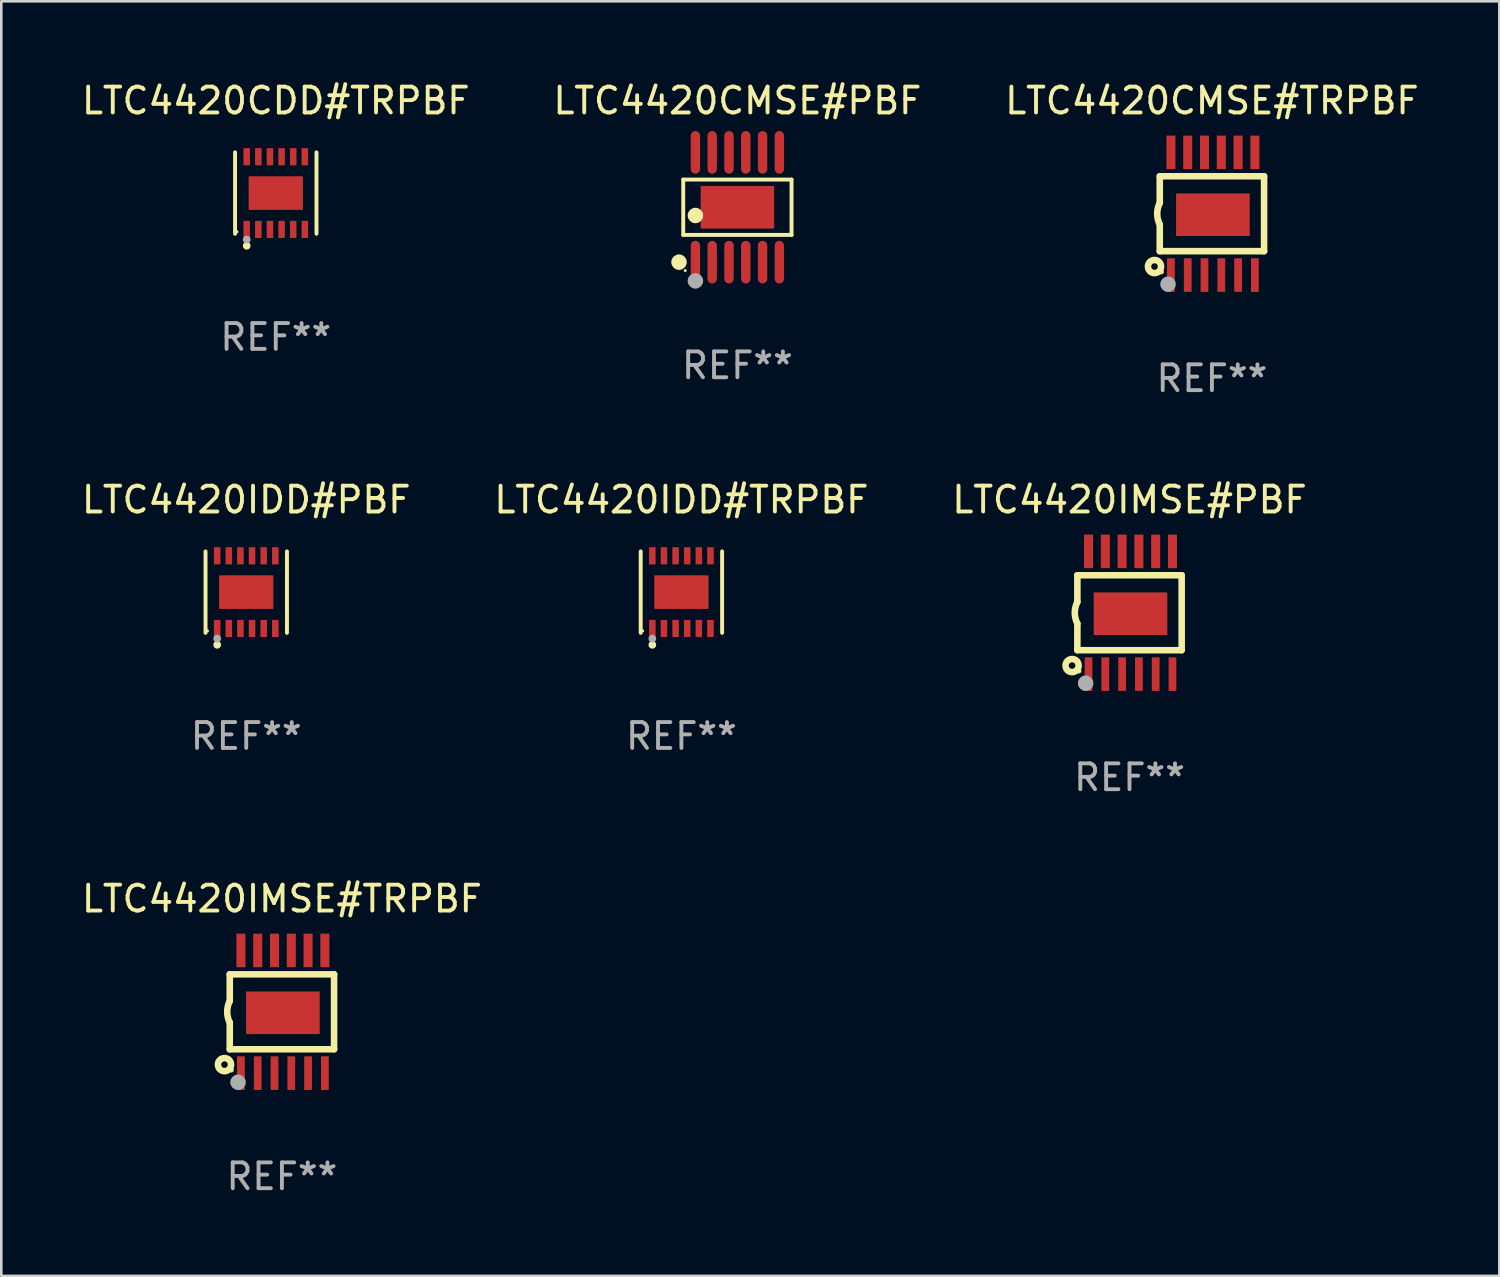
<source format=kicad_pcb>
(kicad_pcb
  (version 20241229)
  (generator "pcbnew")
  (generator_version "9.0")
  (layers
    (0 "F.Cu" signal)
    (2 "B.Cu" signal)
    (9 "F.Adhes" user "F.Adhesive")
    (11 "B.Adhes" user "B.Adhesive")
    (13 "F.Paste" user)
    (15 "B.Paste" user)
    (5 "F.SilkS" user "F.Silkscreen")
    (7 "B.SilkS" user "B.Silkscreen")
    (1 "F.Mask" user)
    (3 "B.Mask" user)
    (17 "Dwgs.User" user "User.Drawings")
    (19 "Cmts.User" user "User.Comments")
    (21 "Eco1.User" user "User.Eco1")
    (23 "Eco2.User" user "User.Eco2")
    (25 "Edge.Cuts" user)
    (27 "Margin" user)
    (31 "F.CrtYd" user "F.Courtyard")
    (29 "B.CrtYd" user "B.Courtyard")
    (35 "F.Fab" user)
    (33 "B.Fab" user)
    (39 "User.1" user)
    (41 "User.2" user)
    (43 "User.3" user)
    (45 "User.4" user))
  (footprint "LTC4420CMSE#TRPBF"
    (layer "F.Cu")
    (at 43.863 5.223)
    (property "Reference" "LTC4420CMSE#TRPBF" (at 0 -4.375 0) (layer "F.SilkS") (effects (font (size 1 1) (thickness 0.15))))
    (attr through_hole)
    (fp_line (start -2.019 -1.45) (end -2.019 -0.419) (stroke (width 0.254) (type solid)) (layer "F.SilkS"))
    (fp_line (start -2.019 1.45) (end -2.019 0.419) (stroke (width 0.254) (type solid)) (layer "F.SilkS"))
    (fp_line (start -2.019 1.45) (end 2.019 1.45) (stroke (width 0.254) (type solid)) (layer "F.SilkS"))
    (fp_line (start 2.019 -1.45) (end -2.019 -1.45) (stroke (width 0.254) (type solid)) (layer "F.SilkS"))
    (fp_line (start 2.019 -1.45) (end 2.019 1.45) (stroke (width 0.254) (type solid)) (layer "F.SilkS"))
    (fp_arc (start -2.019304 0.419101) (mid -2.11824 0) (end -2.019304 -0.419101) (stroke (width 0.254001) (type solid)) (layer "F.SilkS"))
    (fp_circle (center -2.223 2.045) (end -1.969 2.045) (stroke (width 0.254) (type solid)) (fill no) (layer "F.SilkS"))
    (fp_circle (center -1.962 2.25) (end -1.912 2.25) (stroke (width 0.1) (type solid)) (fill no) (layer "F.SilkS"))
    (fp_circle (center -1.699 2.728) (end -1.549 2.728) (stroke (width 0.3) (type solid)) (fill no) (layer "F.Fab"))
    (fp_text user "REF**" (at 0 6.375 0) (layer "F.Fab") (effects (font (size 1 1) (thickness 0.15))))
    (pad "1" smd rect (at -1.587 2.375) (size 0.3 1.3) (layers "F.Cu" "F.Mask" "F.Paste"))
    (pad "2" smd rect (at -0.937 2.375) (size 0.3 1.3) (layers "F.Cu" "F.Mask" "F.Paste"))
    (pad "3" smd rect (at -0.287 2.375) (size 0.3 1.3) (layers "F.Cu" "F.Mask" "F.Paste"))
    (pad "4" smd rect (at 0.363 2.375) (size 0.3 1.3) (layers "F.Cu" "F.Mask" "F.Paste"))
    (pad "5" smd rect (at 1.013 2.375) (size 0.3 1.3) (layers "F.Cu" "F.Mask" "F.Paste"))
    (pad "6" smd rect (at 1.663 2.375) (size 0.3 1.3) (layers "F.Cu" "F.Mask" "F.Paste"))
    (pad "7" smd rect (at 1.663 -2.375) (size 0.35 1.3) (layers "F.Cu" "F.Mask" "F.Paste"))
    (pad "8" smd rect (at 1.013 -2.375) (size 0.35 1.3) (layers "F.Cu" "F.Mask" "F.Paste"))
    (pad "9" smd rect (at 0.363 -2.375) (size 0.35 1.3) (layers "F.Cu" "F.Mask" "F.Paste"))
    (pad "10" smd rect (at -0.287 -2.375) (size 0.35 1.3) (layers "F.Cu" "F.Mask" "F.Paste"))
    (pad "11" smd rect (at -0.937 -2.375) (size 0.35 1.3) (layers "F.Cu" "F.Mask" "F.Paste"))
    (pad "12" smd rect (at -1.587 -2.375) (size 0.35 1.3) (layers "F.Cu" "F.Mask" "F.Paste"))
    (pad "13" smd rect (at 0.038 0.038) (size 2.85 1.65) (layers "F.Cu" "F.Mask" "F.Paste")))
  (footprint "LTC4420IMSE#TRPBF"
    (layer "F.Cu")
    (at 7.863 36.116)
    (property "Reference" "LTC4420IMSE#TRPBF" (at 0 -4.375 0) (layer "F.SilkS") (effects (font (size 1 1) (thickness 0.15))))
    (attr through_hole)
    (fp_line (start -2.019 -1.45) (end -2.019 -0.419) (stroke (width 0.254) (type solid)) (layer "F.SilkS"))
    (fp_line (start -2.019 1.45) (end -2.019 0.419) (stroke (width 0.254) (type solid)) (layer "F.SilkS"))
    (fp_line (start -2.019 1.45) (end 2.019 1.45) (stroke (width 0.254) (type solid)) (layer "F.SilkS"))
    (fp_line (start 2.019 -1.45) (end -2.019 -1.45) (stroke (width 0.254) (type solid)) (layer "F.SilkS"))
    (fp_line (start 2.019 -1.45) (end 2.019 1.45) (stroke (width 0.254) (type solid)) (layer "F.SilkS"))
    (fp_arc (start -2.019304 0.419101) (mid -2.11824 0) (end -2.019304 -0.419101) (stroke (width 0.254001) (type solid)) (layer "F.SilkS"))
    (fp_circle (center -2.223 2.045) (end -1.969 2.045) (stroke (width 0.254) (type solid)) (fill no) (layer "F.SilkS"))
    (fp_circle (center -1.962 2.25) (end -1.912 2.25) (stroke (width 0.1) (type solid)) (fill no) (layer "F.SilkS"))
    (fp_circle (center -1.699 2.728) (end -1.549 2.728) (stroke (width 0.3) (type solid)) (fill no) (layer "F.Fab"))
    (fp_text user "REF**" (at 0 6.375 0) (layer "F.Fab") (effects (font (size 1 1) (thickness 0.15))))
    (pad "1" smd rect (at -1.587 2.375) (size 0.3 1.3) (layers "F.Cu" "F.Mask" "F.Paste"))
    (pad "2" smd rect (at -0.937 2.375) (size 0.3 1.3) (layers "F.Cu" "F.Mask" "F.Paste"))
    (pad "3" smd rect (at -0.287 2.375) (size 0.3 1.3) (layers "F.Cu" "F.Mask" "F.Paste"))
    (pad "4" smd rect (at 0.363 2.375) (size 0.3 1.3) (layers "F.Cu" "F.Mask" "F.Paste"))
    (pad "5" smd rect (at 1.013 2.375) (size 0.3 1.3) (layers "F.Cu" "F.Mask" "F.Paste"))
    (pad "6" smd rect (at 1.663 2.375) (size 0.3 1.3) (layers "F.Cu" "F.Mask" "F.Paste"))
    (pad "7" smd rect (at 1.663 -2.375) (size 0.35 1.3) (layers "F.Cu" "F.Mask" "F.Paste"))
    (pad "8" smd rect (at 1.013 -2.375) (size 0.35 1.3) (layers "F.Cu" "F.Mask" "F.Paste"))
    (pad "9" smd rect (at 0.363 -2.375) (size 0.35 1.3) (layers "F.Cu" "F.Mask" "F.Paste"))
    (pad "10" smd rect (at -0.287 -2.375) (size 0.35 1.3) (layers "F.Cu" "F.Mask" "F.Paste"))
    (pad "11" smd rect (at -0.937 -2.375) (size 0.35 1.3) (layers "F.Cu" "F.Mask" "F.Paste"))
    (pad "12" smd rect (at -1.587 -2.375) (size 0.35 1.3) (layers "F.Cu" "F.Mask" "F.Paste"))
    (pad "13" smd rect (at 0.038 0.038) (size 2.85 1.65) (layers "F.Cu" "F.Mask" "F.Paste")))
  (footprint "LTC4420CMSE#PBF"
    (layer "F.Cu")
    (at 25.494 4.973)
    (property "Reference" "LTC4420CMSE#PBF" (at 0 -4.125 0) (layer "F.SilkS") (effects (font (size 1 1) (thickness 0.15))))
    (attr through_hole)
    (fp_line (start -2.096 -1.071) (end 2.096 -1.071) (stroke (width 0.152) (type solid)) (layer "F.SilkS"))
    (fp_line (start -2.096 1.071) (end -2.096 -1.071) (stroke (width 0.152) (type solid)) (layer "F.SilkS"))
    (fp_line (start 2.096 -1.071) (end 2.096 1.071) (stroke (width 0.152) (type solid)) (layer "F.SilkS"))
    (fp_line (start 2.096 1.071) (end -2.096 1.071) (stroke (width 0.152) (type solid)) (layer "F.SilkS"))
    (fp_circle (center -2.259 2.125) (end -2.109 2.125) (stroke (width 0.3) (type solid)) (fill no) (layer "F.SilkS"))
    (fp_circle (center -2.02 2.45) (end -1.99 2.45) (stroke (width 0.06) (type solid)) (fill no) (layer "F.SilkS"))
    (fp_circle (center -1.625 0.319) (end -1.475 0.319) (stroke (width 0.3) (type solid)) (fill no) (layer "F.SilkS"))
    (fp_circle (center -1.625 2.85) (end -1.475 2.85) (stroke (width 0.3) (type solid)) (fill no) (layer "F.Fab"))
    (fp_text user "REF**" (at 0 6.125 0) (layer "F.Fab") (effects (font (size 1 1) (thickness 0.15))))
    (pad "1" smd oval (at -1.625 2.125) (size 0.364 1.65) (layers "F.Cu" "F.Mask" "F.Paste"))
    (pad "2" smd oval (at -0.975 2.125) (size 0.364 1.65) (layers "F.Cu" "F.Mask" "F.Paste"))
    (pad "3" smd oval (at -0.325 2.125) (size 0.364 1.65) (layers "F.Cu" "F.Mask" "F.Paste"))
    (pad "4" smd oval (at 0.325 2.125) (size 0.364 1.65) (layers "F.Cu" "F.Mask" "F.Paste"))
    (pad "5" smd oval (at 0.975 2.125) (size 0.364 1.65) (layers "F.Cu" "F.Mask" "F.Paste"))
    (pad "6" smd oval (at 1.625 2.125) (size 0.364 1.65) (layers "F.Cu" "F.Mask" "F.Paste"))
    (pad "7" smd oval (at 1.625 -2.125) (size 0.364 1.65) (layers "F.Cu" "F.Mask" "F.Paste"))
    (pad "8" smd oval (at 0.975 -2.125) (size 0.364 1.65) (layers "F.Cu" "F.Mask" "F.Paste"))
    (pad "9" smd oval (at 0.325 -2.125) (size 0.364 1.65) (layers "F.Cu" "F.Mask" "F.Paste"))
    (pad "10" smd oval (at -0.325 -2.125) (size 0.364 1.65) (layers "F.Cu" "F.Mask" "F.Paste"))
    (pad "11" smd oval (at -0.975 -2.125) (size 0.364 1.65) (layers "F.Cu" "F.Mask" "F.Paste"))
    (pad "12" smd oval (at -1.625 -2.125) (size 0.364 1.65) (layers "F.Cu" "F.Mask" "F.Paste"))
    (pad "13" smd rect (at 0 0) (size 2.845 1.651) (layers "F.Cu" "F.Mask" "F.Paste")))
  (footprint "LTC4420IDD#TRPBF"
    (layer "F.Cu")
    (at 23.327 19.871)
    (property "Reference" "LTC4420IDD#TRPBF" (at 0 -3.576 0) (layer "F.SilkS") (effects (font (size 1 1) (thickness 0.15))))
    (attr through_hole)
    (fp_line (start -1.576 1.576) (end -1.576 -1.576) (stroke (width 0.152) (type solid)) (layer "F.SilkS"))
    (fp_line (start 1.576 1.576) (end 1.576 -1.576) (stroke (width 0.152) (type solid)) (layer "F.SilkS"))
    (fp_circle (center -1.5 1.5) (end -1.47 1.5) (stroke (width 0.06) (type solid)) (fill no) (layer "F.SilkS"))
    (fp_circle (center -1.125 2.04) (end -1.05 2.04) (stroke (width 0.15) (type solid)) (fill no) (layer "F.SilkS"))
    (fp_circle (center -1.125 1.8) (end -1.05 1.8) (stroke (width 0.15) (type solid)) (fill no) (layer "F.Fab"))
    (fp_text user "REF**" (at 0 5.576 0) (layer "F.Fab") (effects (font (size 1 1) (thickness 0.15))))
    (pad "1" smd rect (at -1.125 1.407) (size 0.252 0.665) (layers "F.Cu" "F.Mask" "F.Paste"))
    (pad "2" smd rect (at -0.675 1.407) (size 0.252 0.665) (layers "F.Cu" "F.Mask" "F.Paste"))
    (pad "3" smd rect (at -0.225 1.407) (size 0.252 0.665) (layers "F.Cu" "F.Mask" "F.Paste"))
    (pad "4" smd rect (at 0.225 1.407) (size 0.252 0.665) (layers "F.Cu" "F.Mask" "F.Paste"))
    (pad "5" smd rect (at 0.675 1.407) (size 0.252 0.665) (layers "F.Cu" "F.Mask" "F.Paste"))
    (pad "6" smd rect (at 1.125 1.407) (size 0.252 0.665) (layers "F.Cu" "F.Mask" "F.Paste"))
    (pad "7" smd rect (at 1.125 -1.407) (size 0.252 0.665) (layers "F.Cu" "F.Mask" "F.Paste"))
    (pad "8" smd rect (at 0.675 -1.407) (size 0.252 0.665) (layers "F.Cu" "F.Mask" "F.Paste"))
    (pad "9" smd rect (at 0.225 -1.407) (size 0.252 0.665) (layers "F.Cu" "F.Mask" "F.Paste"))
    (pad "10" smd rect (at -0.225 -1.407) (size 0.252 0.665) (layers "F.Cu" "F.Mask" "F.Paste"))
    (pad "11" smd rect (at -0.675 -1.407) (size 0.252 0.665) (layers "F.Cu" "F.Mask" "F.Paste"))
    (pad "12" smd rect (at -1.125 -1.407) (size 0.252 0.665) (layers "F.Cu" "F.Mask" "F.Paste"))
    (pad "13" smd rect (at 0 0) (size 2.1 1.3) (layers "F.Cu" "F.Mask" "F.Paste")))
  (footprint "LTC4420IDD#PBF"
    (layer "F.Cu")
    (at 6.482 19.871)
    (property "Reference" "LTC4420IDD#PBF" (at 0 -3.576 0) (layer "F.SilkS") (effects (font (size 1 1) (thickness 0.15))))
    (attr through_hole)
    (fp_line (start -1.576 1.576) (end -1.576 -1.576) (stroke (width 0.152) (type solid)) (layer "F.SilkS"))
    (fp_line (start 1.576 1.576) (end 1.576 -1.576) (stroke (width 0.152) (type solid)) (layer "F.SilkS"))
    (fp_circle (center -1.5 1.5) (end -1.47 1.5) (stroke (width 0.06) (type solid)) (fill no) (layer "F.SilkS"))
    (fp_circle (center -1.125 2.04) (end -1.05 2.04) (stroke (width 0.15) (type solid)) (fill no) (layer "F.SilkS"))
    (fp_circle (center -1.125 1.8) (end -1.05 1.8) (stroke (width 0.15) (type solid)) (fill no) (layer "F.Fab"))
    (fp_text user "REF**" (at 0 5.576 0) (layer "F.Fab") (effects (font (size 1 1) (thickness 0.15))))
    (pad "1" smd rect (at -1.125 1.407) (size 0.252 0.665) (layers "F.Cu" "F.Mask" "F.Paste"))
    (pad "2" smd rect (at -0.675 1.407) (size 0.252 0.665) (layers "F.Cu" "F.Mask" "F.Paste"))
    (pad "3" smd rect (at -0.225 1.407) (size 0.252 0.665) (layers "F.Cu" "F.Mask" "F.Paste"))
    (pad "4" smd rect (at 0.225 1.407) (size 0.252 0.665) (layers "F.Cu" "F.Mask" "F.Paste"))
    (pad "5" smd rect (at 0.675 1.407) (size 0.252 0.665) (layers "F.Cu" "F.Mask" "F.Paste"))
    (pad "6" smd rect (at 1.125 1.407) (size 0.252 0.665) (layers "F.Cu" "F.Mask" "F.Paste"))
    (pad "7" smd rect (at 1.125 -1.407) (size 0.252 0.665) (layers "F.Cu" "F.Mask" "F.Paste"))
    (pad "8" smd rect (at 0.675 -1.407) (size 0.252 0.665) (layers "F.Cu" "F.Mask" "F.Paste"))
    (pad "9" smd rect (at 0.225 -1.407) (size 0.252 0.665) (layers "F.Cu" "F.Mask" "F.Paste"))
    (pad "10" smd rect (at -0.225 -1.407) (size 0.252 0.665) (layers "F.Cu" "F.Mask" "F.Paste"))
    (pad "11" smd rect (at -0.675 -1.407) (size 0.252 0.665) (layers "F.Cu" "F.Mask" "F.Paste"))
    (pad "12" smd rect (at -1.125 -1.407) (size 0.252 0.665) (layers "F.Cu" "F.Mask" "F.Paste"))
    (pad "13" smd rect (at 0 0) (size 2.1 1.3) (layers "F.Cu" "F.Mask" "F.Paste")))
  (footprint "LTC4420IMSE#PBF"
    (layer "F.Cu")
    (at 40.673 20.669)
    (property "Reference" "LTC4420IMSE#PBF" (at 0 -4.375 0) (layer "F.SilkS") (effects (font (size 1 1) (thickness 0.15))))
    (attr through_hole)
    (fp_line (start -2.019 -1.45) (end -2.019 -0.419) (stroke (width 0.254) (type solid)) (layer "F.SilkS"))
    (fp_line (start -2.019 1.45) (end -2.019 0.419) (stroke (width 0.254) (type solid)) (layer "F.SilkS"))
    (fp_line (start -2.019 1.45) (end 2.019 1.45) (stroke (width 0.254) (type solid)) (layer "F.SilkS"))
    (fp_line (start 2.019 -1.45) (end -2.019 -1.45) (stroke (width 0.254) (type solid)) (layer "F.SilkS"))
    (fp_line (start 2.019 -1.45) (end 2.019 1.45) (stroke (width 0.254) (type solid)) (layer "F.SilkS"))
    (fp_arc (start -2.019304 0.419101) (mid -2.11824 0) (end -2.019304 -0.419101) (stroke (width 0.254001) (type solid)) (layer "F.SilkS"))
    (fp_circle (center -2.223 2.045) (end -1.969 2.045) (stroke (width 0.254) (type solid)) (fill no) (layer "F.SilkS"))
    (fp_circle (center -1.962 2.25) (end -1.912 2.25) (stroke (width 0.1) (type solid)) (fill no) (layer "F.SilkS"))
    (fp_circle (center -1.699 2.728) (end -1.549 2.728) (stroke (width 0.3) (type solid)) (fill no) (layer "F.Fab"))
    (fp_text user "REF**" (at 0 6.375 0) (layer "F.Fab") (effects (font (size 1 1) (thickness 0.15))))
    (pad "1" smd rect (at -1.587 2.375) (size 0.3 1.3) (layers "F.Cu" "F.Mask" "F.Paste"))
    (pad "2" smd rect (at -0.937 2.375) (size 0.3 1.3) (layers "F.Cu" "F.Mask" "F.Paste"))
    (pad "3" smd rect (at -0.287 2.375) (size 0.3 1.3) (layers "F.Cu" "F.Mask" "F.Paste"))
    (pad "4" smd rect (at 0.363 2.375) (size 0.3 1.3) (layers "F.Cu" "F.Mask" "F.Paste"))
    (pad "5" smd rect (at 1.013 2.375) (size 0.3 1.3) (layers "F.Cu" "F.Mask" "F.Paste"))
    (pad "6" smd rect (at 1.663 2.375) (size 0.3 1.3) (layers "F.Cu" "F.Mask" "F.Paste"))
    (pad "7" smd rect (at 1.663 -2.375) (size 0.35 1.3) (layers "F.Cu" "F.Mask" "F.Paste"))
    (pad "8" smd rect (at 1.013 -2.375) (size 0.35 1.3) (layers "F.Cu" "F.Mask" "F.Paste"))
    (pad "9" smd rect (at 0.363 -2.375) (size 0.35 1.3) (layers "F.Cu" "F.Mask" "F.Paste"))
    (pad "10" smd rect (at -0.287 -2.375) (size 0.35 1.3) (layers "F.Cu" "F.Mask" "F.Paste"))
    (pad "11" smd rect (at -0.937 -2.375) (size 0.35 1.3) (layers "F.Cu" "F.Mask" "F.Paste"))
    (pad "12" smd rect (at -1.587 -2.375) (size 0.35 1.3) (layers "F.Cu" "F.Mask" "F.Paste"))
    (pad "13" smd rect (at 0.038 0.038) (size 2.85 1.65) (layers "F.Cu" "F.Mask" "F.Paste")))
  (footprint "LTC4420CDD#TRPBF"
    (layer "F.Cu")
    (at 7.625 4.424)
    (property "Reference" "LTC4420CDD#TRPBF" (at 0 -3.576 0) (layer "F.SilkS") (effects (font (size 1 1) (thickness 0.15))))
    (attr through_hole)
    (fp_line (start -1.576 1.576) (end -1.576 -1.576) (stroke (width 0.152) (type solid)) (layer "F.SilkS"))
    (fp_line (start 1.576 1.576) (end 1.576 -1.576) (stroke (width 0.152) (type solid)) (layer "F.SilkS"))
    (fp_circle (center -1.5 1.5) (end -1.47 1.5) (stroke (width 0.06) (type solid)) (fill no) (layer "F.SilkS"))
    (fp_circle (center -1.125 2.04) (end -1.05 2.04) (stroke (width 0.15) (type solid)) (fill no) (layer "F.SilkS"))
    (fp_circle (center -1.125 1.8) (end -1.05 1.8) (stroke (width 0.15) (type solid)) (fill no) (layer "F.Fab"))
    (fp_text user "REF**" (at 0 5.576 0) (layer "F.Fab") (effects (font (size 1 1) (thickness 0.15))))
    (pad "1" smd rect (at -1.125 1.407) (size 0.252 0.665) (layers "F.Cu" "F.Mask" "F.Paste"))
    (pad "2" smd rect (at -0.675 1.407) (size 0.252 0.665) (layers "F.Cu" "F.Mask" "F.Paste"))
    (pad "3" smd rect (at -0.225 1.407) (size 0.252 0.665) (layers "F.Cu" "F.Mask" "F.Paste"))
    (pad "4" smd rect (at 0.225 1.407) (size 0.252 0.665) (layers "F.Cu" "F.Mask" "F.Paste"))
    (pad "5" smd rect (at 0.675 1.407) (size 0.252 0.665) (layers "F.Cu" "F.Mask" "F.Paste"))
    (pad "6" smd rect (at 1.125 1.407) (size 0.252 0.665) (layers "F.Cu" "F.Mask" "F.Paste"))
    (pad "7" smd rect (at 1.125 -1.407) (size 0.252 0.665) (layers "F.Cu" "F.Mask" "F.Paste"))
    (pad "8" smd rect (at 0.675 -1.407) (size 0.252 0.665) (layers "F.Cu" "F.Mask" "F.Paste"))
    (pad "9" smd rect (at 0.225 -1.407) (size 0.252 0.665) (layers "F.Cu" "F.Mask" "F.Paste"))
    (pad "10" smd rect (at -0.225 -1.407) (size 0.252 0.665) (layers "F.Cu" "F.Mask" "F.Paste"))
    (pad "11" smd rect (at -0.675 -1.407) (size 0.252 0.665) (layers "F.Cu" "F.Mask" "F.Paste"))
    (pad "12" smd rect (at -1.125 -1.407) (size 0.252 0.665) (layers "F.Cu" "F.Mask" "F.Paste"))
    (pad "13" smd rect (at 0 0) (size 2.1 1.3) (layers "F.Cu" "F.Mask" "F.Paste")))
  (gr_rect
    (start -3 -3)
    (end 54.988 46.339)
    (stroke (width 0.1) (type default))
    (fill no)
    (layer "Edge.Cuts")))
</source>
